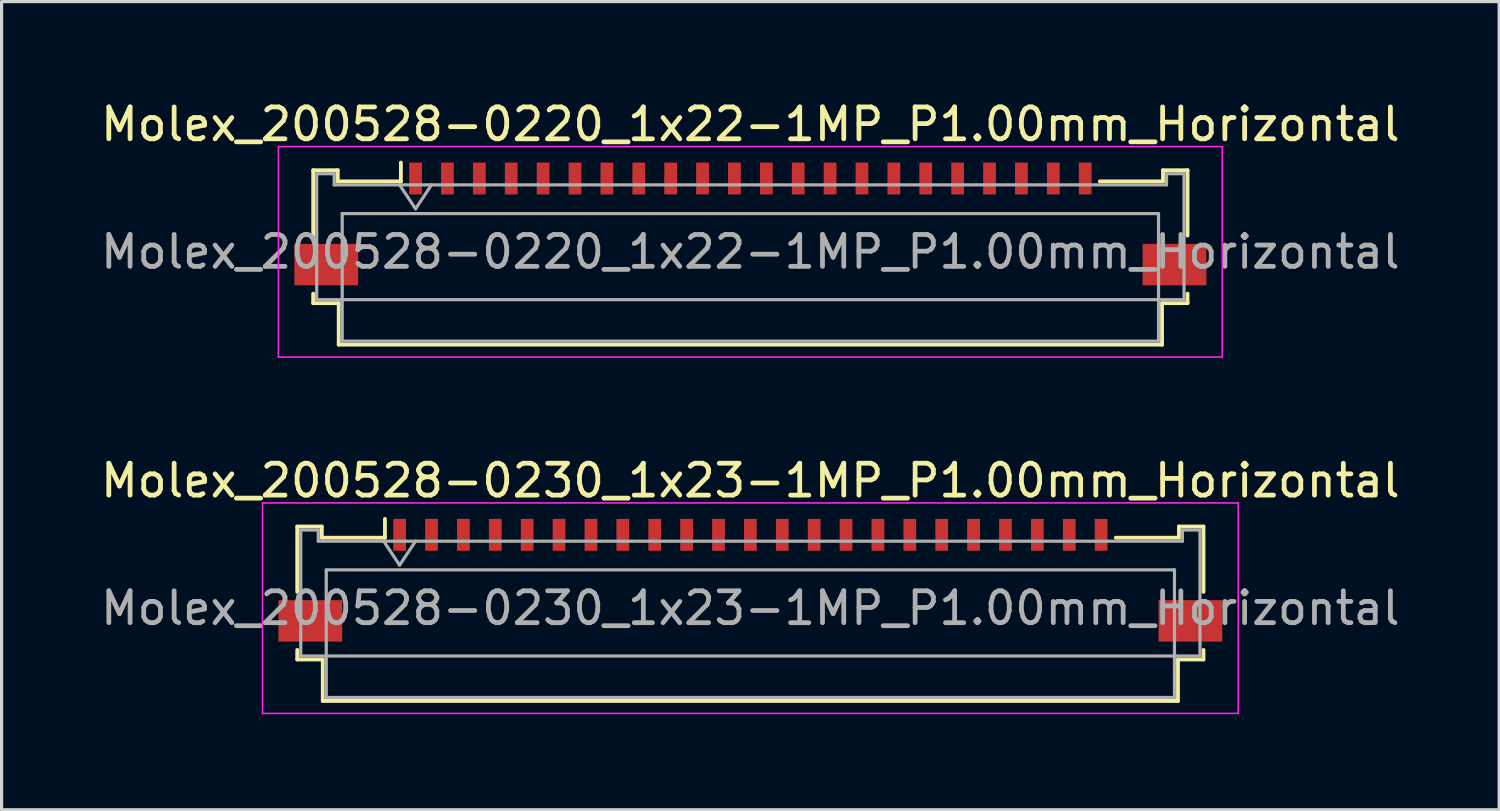
<source format=kicad_pcb>
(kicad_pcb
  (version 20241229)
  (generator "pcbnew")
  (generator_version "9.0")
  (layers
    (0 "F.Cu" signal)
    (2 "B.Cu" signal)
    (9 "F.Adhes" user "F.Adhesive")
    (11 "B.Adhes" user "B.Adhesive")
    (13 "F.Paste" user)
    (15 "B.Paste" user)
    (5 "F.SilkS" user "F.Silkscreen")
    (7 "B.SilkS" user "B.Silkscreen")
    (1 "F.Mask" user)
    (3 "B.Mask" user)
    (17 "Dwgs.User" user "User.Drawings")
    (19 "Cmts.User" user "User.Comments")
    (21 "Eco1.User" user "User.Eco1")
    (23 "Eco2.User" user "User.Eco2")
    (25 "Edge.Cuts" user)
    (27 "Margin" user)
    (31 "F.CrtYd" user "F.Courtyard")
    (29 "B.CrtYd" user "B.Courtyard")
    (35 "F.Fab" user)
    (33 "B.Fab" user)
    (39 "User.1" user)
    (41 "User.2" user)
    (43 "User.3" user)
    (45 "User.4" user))
  (footprint "Molex_200528-0220_1x22-1MP_P1.00mm_Horizontal"
    (layer "F.Cu")
    (at 20.482 3.458)
    (property "Reference" "Molex_200528-0220_1x22-1MP_P1.00mm_Horizontal" (at 0 -2.61 0) (layer "F.SilkS") (effects (font (size 1 1) (thickness 0.15))))
    (attr smd)
    (fp_line (start -13.71 -1.17) (end -13.71 0.88) (stroke (width 0.12) (type solid)) (layer "F.SilkS"))
    (fp_line (start -13.71 2.7) (end -13.71 3) (stroke (width 0.12) (type solid)) (layer "F.SilkS"))
    (fp_line (start -13.71 3) (end -12.91 3) (stroke (width 0.12) (type solid)) (layer "F.SilkS"))
    (fp_line (start -12.94 -1.17) (end -13.71 -1.17) (stroke (width 0.12) (type solid)) (layer "F.SilkS"))
    (fp_line (start -12.94 -0.82) (end -12.94 -1.17) (stroke (width 0.12) (type solid)) (layer "F.SilkS"))
    (fp_line (start -12.91 3) (end -12.91 4.3) (stroke (width 0.12) (type solid)) (layer "F.SilkS"))
    (fp_line (start -12.91 4.3) (end 12.91 4.3) (stroke (width 0.12) (type solid)) (layer "F.SilkS"))
    (fp_line (start -10.96 -1.41) (end -10.96 -0.82) (stroke (width 0.12) (type solid)) (layer "F.SilkS"))
    (fp_line (start -10.96 -0.82) (end -12.94 -0.82) (stroke (width 0.12) (type solid)) (layer "F.SilkS"))
    (fp_line (start 12.91 3) (end 13.71 3) (stroke (width 0.12) (type solid)) (layer "F.SilkS"))
    (fp_line (start 12.91 4.3) (end 12.91 3) (stroke (width 0.12) (type solid)) (layer "F.SilkS"))
    (fp_line (start 12.94 -1.17) (end 12.94 -0.82) (stroke (width 0.12) (type solid)) (layer "F.SilkS"))
    (fp_line (start 12.94 -0.82) (end 10.96 -0.82) (stroke (width 0.12) (type solid)) (layer "F.SilkS"))
    (fp_line (start 13.71 -1.17) (end 12.94 -1.17) (stroke (width 0.12) (type solid)) (layer "F.SilkS"))
    (fp_line (start 13.71 0.88) (end 13.71 -1.17) (stroke (width 0.12) (type solid)) (layer "F.SilkS"))
    (fp_line (start 13.71 3) (end 13.71 2.7) (stroke (width 0.12) (type solid)) (layer "F.SilkS"))
    (fp_line (start -14.8 -1.91) (end -14.8 4.69) (stroke (width 0.05) (type solid)) (layer "F.CrtYd"))
    (fp_line (start -14.8 4.69) (end 14.8 4.69) (stroke (width 0.05) (type solid)) (layer "F.CrtYd"))
    (fp_line (start 14.8 -1.91) (end -14.8 -1.91) (stroke (width 0.05) (type solid)) (layer "F.CrtYd"))
    (fp_line (start 14.8 4.69) (end 14.8 -1.91) (stroke (width 0.05) (type solid)) (layer "F.CrtYd"))
    (fp_line (start -13.6 -1.06) (end -13.6 2.89) (stroke (width 0.1) (type solid)) (layer "F.Fab"))
    (fp_line (start -13.6 2.89) (end 13.6 2.89) (stroke (width 0.1) (type solid)) (layer "F.Fab"))
    (fp_line (start -13.05 -1.06) (end -13.6 -1.06) (stroke (width 0.1) (type solid)) (layer "F.Fab"))
    (fp_line (start -13.05 -0.71) (end -13.05 -1.06) (stroke (width 0.1) (type solid)) (layer "F.Fab"))
    (fp_line (start -12.8 0.19) (end -12.8 4.19) (stroke (width 0.1) (type solid)) (layer "F.Fab"))
    (fp_line (start -12.8 4.19) (end 12.8 4.19) (stroke (width 0.1) (type solid)) (layer "F.Fab"))
    (fp_line (start -11 -0.71) (end -10.5 0.04) (stroke (width 0.1) (type solid)) (layer "F.Fab"))
    (fp_line (start -10.5 0.04) (end -10 -0.71) (stroke (width 0.1) (type solid)) (layer "F.Fab"))
    (fp_line (start 12.8 0.19) (end -12.8 0.19) (stroke (width 0.1) (type solid)) (layer "F.Fab"))
    (fp_line (start 12.8 4.19) (end 12.8 0.19) (stroke (width 0.1) (type solid)) (layer "F.Fab"))
    (fp_line (start 13.05 -1.06) (end 13.05 -0.71) (stroke (width 0.1) (type solid)) (layer "F.Fab"))
    (fp_line (start 13.05 -0.71) (end -13.05 -0.71) (stroke (width 0.1) (type solid)) (layer "F.Fab"))
    (fp_line (start 13.6 -1.06) (end 13.05 -1.06) (stroke (width 0.1) (type solid)) (layer "F.Fab"))
    (fp_line (start 13.6 2.89) (end 13.6 -1.06) (stroke (width 0.1) (type solid)) (layer "F.Fab"))
    (fp_text user "${REFERENCE}" (at 0 1.39 0) (layer "F.Fab") (effects (font (size 1 1) (thickness 0.15))))
    (pad "1" smd rect (at -10.5 -0.91) (size 0.4 1) (layers "F.Cu" "F.Mask" "F.Paste"))
    (pad "2" smd rect (at -9.5 -0.91) (size 0.4 1) (layers "F.Cu" "F.Mask" "F.Paste"))
    (pad "3" smd rect (at -8.5 -0.91) (size 0.4 1) (layers "F.Cu" "F.Mask" "F.Paste"))
    (pad "4" smd rect (at -7.5 -0.91) (size 0.4 1) (layers "F.Cu" "F.Mask" "F.Paste"))
    (pad "5" smd rect (at -6.5 -0.91) (size 0.4 1) (layers "F.Cu" "F.Mask" "F.Paste"))
    (pad "6" smd rect (at -5.5 -0.91) (size 0.4 1) (layers "F.Cu" "F.Mask" "F.Paste"))
    (pad "7" smd rect (at -4.5 -0.91) (size 0.4 1) (layers "F.Cu" "F.Mask" "F.Paste"))
    (pad "8" smd rect (at -3.5 -0.91) (size 0.4 1) (layers "F.Cu" "F.Mask" "F.Paste"))
    (pad "9" smd rect (at -2.5 -0.91) (size 0.4 1) (layers "F.Cu" "F.Mask" "F.Paste"))
    (pad "10" smd rect (at -1.5 -0.91) (size 0.4 1) (layers "F.Cu" "F.Mask" "F.Paste"))
    (pad "11" smd rect (at -0.5 -0.91) (size 0.4 1) (layers "F.Cu" "F.Mask" "F.Paste"))
    (pad "12" smd rect (at 0.5 -0.91) (size 0.4 1) (layers "F.Cu" "F.Mask" "F.Paste"))
    (pad "13" smd rect (at 1.5 -0.91) (size 0.4 1) (layers "F.Cu" "F.Mask" "F.Paste"))
    (pad "14" smd rect (at 2.5 -0.91) (size 0.4 1) (layers "F.Cu" "F.Mask" "F.Paste"))
    (pad "15" smd rect (at 3.5 -0.91) (size 0.4 1) (layers "F.Cu" "F.Mask" "F.Paste"))
    (pad "16" smd rect (at 4.5 -0.91) (size 0.4 1) (layers "F.Cu" "F.Mask" "F.Paste"))
    (pad "17" smd rect (at 5.5 -0.91) (size 0.4 1) (layers "F.Cu" "F.Mask" "F.Paste"))
    (pad "18" smd rect (at 6.5 -0.91) (size 0.4 1) (layers "F.Cu" "F.Mask" "F.Paste"))
    (pad "19" smd rect (at 7.5 -0.91) (size 0.4 1) (layers "F.Cu" "F.Mask" "F.Paste"))
    (pad "20" smd rect (at 8.5 -0.91) (size 0.4 1) (layers "F.Cu" "F.Mask" "F.Paste"))
    (pad "21" smd rect (at 9.5 -0.91) (size 0.4 1) (layers "F.Cu" "F.Mask" "F.Paste"))
    (pad "22" smd rect (at 10.5 -0.91) (size 0.4 1) (layers "F.Cu" "F.Mask" "F.Paste"))
    (pad "MP" smd rect (at -13.3 1.79) (size 2 1.3) (layers "F.Cu" "F.Mask" "F.Paste"))
    (pad "MP" smd rect (at 13.3 1.79) (size 2 1.3) (layers "F.Cu" "F.Mask" "F.Paste")))
  (footprint "Molex_200528-0230_1x23-1MP_P1.00mm_Horizontal"
    (layer "F.Cu")
    (at 20.482 14.632)
    (property "Reference" "Molex_200528-0230_1x23-1MP_P1.00mm_Horizontal" (at 0 -2.61 0) (layer "F.SilkS") (effects (font (size 1 1) (thickness 0.15))))
    (attr smd)
    (fp_line (start -14.21 -1.17) (end -14.21 0.88) (stroke (width 0.12) (type solid)) (layer "F.SilkS"))
    (fp_line (start -14.21 2.7) (end -14.21 3) (stroke (width 0.12) (type solid)) (layer "F.SilkS"))
    (fp_line (start -14.21 3) (end -13.41 3) (stroke (width 0.12) (type solid)) (layer "F.SilkS"))
    (fp_line (start -13.44 -1.17) (end -14.21 -1.17) (stroke (width 0.12) (type solid)) (layer "F.SilkS"))
    (fp_line (start -13.44 -0.82) (end -13.44 -1.17) (stroke (width 0.12) (type solid)) (layer "F.SilkS"))
    (fp_line (start -13.41 3) (end -13.41 4.3) (stroke (width 0.12) (type solid)) (layer "F.SilkS"))
    (fp_line (start -13.41 4.3) (end 13.41 4.3) (stroke (width 0.12) (type solid)) (layer "F.SilkS"))
    (fp_line (start -11.46 -1.41) (end -11.46 -0.82) (stroke (width 0.12) (type solid)) (layer "F.SilkS"))
    (fp_line (start -11.46 -0.82) (end -13.44 -0.82) (stroke (width 0.12) (type solid)) (layer "F.SilkS"))
    (fp_line (start 13.41 3) (end 14.21 3) (stroke (width 0.12) (type solid)) (layer "F.SilkS"))
    (fp_line (start 13.41 4.3) (end 13.41 3) (stroke (width 0.12) (type solid)) (layer "F.SilkS"))
    (fp_line (start 13.44 -1.17) (end 13.44 -0.82) (stroke (width 0.12) (type solid)) (layer "F.SilkS"))
    (fp_line (start 13.44 -0.82) (end 11.46 -0.82) (stroke (width 0.12) (type solid)) (layer "F.SilkS"))
    (fp_line (start 14.21 -1.17) (end 13.44 -1.17) (stroke (width 0.12) (type solid)) (layer "F.SilkS"))
    (fp_line (start 14.21 0.88) (end 14.21 -1.17) (stroke (width 0.12) (type solid)) (layer "F.SilkS"))
    (fp_line (start 14.21 3) (end 14.21 2.7) (stroke (width 0.12) (type solid)) (layer "F.SilkS"))
    (fp_line (start -15.3 -1.91) (end -15.3 4.69) (stroke (width 0.05) (type solid)) (layer "F.CrtYd"))
    (fp_line (start -15.3 4.69) (end 15.3 4.69) (stroke (width 0.05) (type solid)) (layer "F.CrtYd"))
    (fp_line (start 15.3 -1.91) (end -15.3 -1.91) (stroke (width 0.05) (type solid)) (layer "F.CrtYd"))
    (fp_line (start 15.3 4.69) (end 15.3 -1.91) (stroke (width 0.05) (type solid)) (layer "F.CrtYd"))
    (fp_line (start -14.1 -1.06) (end -14.1 2.89) (stroke (width 0.1) (type solid)) (layer "F.Fab"))
    (fp_line (start -14.1 2.89) (end 14.1 2.89) (stroke (width 0.1) (type solid)) (layer "F.Fab"))
    (fp_line (start -13.55 -1.06) (end -14.1 -1.06) (stroke (width 0.1) (type solid)) (layer "F.Fab"))
    (fp_line (start -13.55 -0.71) (end -13.55 -1.06) (stroke (width 0.1) (type solid)) (layer "F.Fab"))
    (fp_line (start -13.3 0.19) (end -13.3 4.19) (stroke (width 0.1) (type solid)) (layer "F.Fab"))
    (fp_line (start -13.3 4.19) (end 13.3 4.19) (stroke (width 0.1) (type solid)) (layer "F.Fab"))
    (fp_line (start -11.5 -0.71) (end -11 0.04) (stroke (width 0.1) (type solid)) (layer "F.Fab"))
    (fp_line (start -11 0.04) (end -10.5 -0.71) (stroke (width 0.1) (type solid)) (layer "F.Fab"))
    (fp_line (start 13.3 0.19) (end -13.3 0.19) (stroke (width 0.1) (type solid)) (layer "F.Fab"))
    (fp_line (start 13.3 4.19) (end 13.3 0.19) (stroke (width 0.1) (type solid)) (layer "F.Fab"))
    (fp_line (start 13.55 -1.06) (end 13.55 -0.71) (stroke (width 0.1) (type solid)) (layer "F.Fab"))
    (fp_line (start 13.55 -0.71) (end -13.55 -0.71) (stroke (width 0.1) (type solid)) (layer "F.Fab"))
    (fp_line (start 14.1 -1.06) (end 13.55 -1.06) (stroke (width 0.1) (type solid)) (layer "F.Fab"))
    (fp_line (start 14.1 2.89) (end 14.1 -1.06) (stroke (width 0.1) (type solid)) (layer "F.Fab"))
    (fp_text user "${REFERENCE}" (at 0 1.39 0) (layer "F.Fab") (effects (font (size 1 1) (thickness 0.15))))
    (pad "1" smd rect (at -11 -0.91) (size 0.4 1) (layers "F.Cu" "F.Mask" "F.Paste"))
    (pad "2" smd rect (at -10 -0.91) (size 0.4 1) (layers "F.Cu" "F.Mask" "F.Paste"))
    (pad "3" smd rect (at -9 -0.91) (size 0.4 1) (layers "F.Cu" "F.Mask" "F.Paste"))
    (pad "4" smd rect (at -8 -0.91) (size 0.4 1) (layers "F.Cu" "F.Mask" "F.Paste"))
    (pad "5" smd rect (at -7 -0.91) (size 0.4 1) (layers "F.Cu" "F.Mask" "F.Paste"))
    (pad "6" smd rect (at -6 -0.91) (size 0.4 1) (layers "F.Cu" "F.Mask" "F.Paste"))
    (pad "7" smd rect (at -5 -0.91) (size 0.4 1) (layers "F.Cu" "F.Mask" "F.Paste"))
    (pad "8" smd rect (at -4 -0.91) (size 0.4 1) (layers "F.Cu" "F.Mask" "F.Paste"))
    (pad "9" smd rect (at -3 -0.91) (size 0.4 1) (layers "F.Cu" "F.Mask" "F.Paste"))
    (pad "10" smd rect (at -2 -0.91) (size 0.4 1) (layers "F.Cu" "F.Mask" "F.Paste"))
    (pad "11" smd rect (at -1 -0.91) (size 0.4 1) (layers "F.Cu" "F.Mask" "F.Paste"))
    (pad "12" smd rect (at 0 -0.91) (size 0.4 1) (layers "F.Cu" "F.Mask" "F.Paste"))
    (pad "13" smd rect (at 1 -0.91) (size 0.4 1) (layers "F.Cu" "F.Mask" "F.Paste"))
    (pad "14" smd rect (at 2 -0.91) (size 0.4 1) (layers "F.Cu" "F.Mask" "F.Paste"))
    (pad "15" smd rect (at 3 -0.91) (size 0.4 1) (layers "F.Cu" "F.Mask" "F.Paste"))
    (pad "16" smd rect (at 4 -0.91) (size 0.4 1) (layers "F.Cu" "F.Mask" "F.Paste"))
    (pad "17" smd rect (at 5 -0.91) (size 0.4 1) (layers "F.Cu" "F.Mask" "F.Paste"))
    (pad "18" smd rect (at 6 -0.91) (size 0.4 1) (layers "F.Cu" "F.Mask" "F.Paste"))
    (pad "19" smd rect (at 7 -0.91) (size 0.4 1) (layers "F.Cu" "F.Mask" "F.Paste"))
    (pad "20" smd rect (at 8 -0.91) (size 0.4 1) (layers "F.Cu" "F.Mask" "F.Paste"))
    (pad "21" smd rect (at 9 -0.91) (size 0.4 1) (layers "F.Cu" "F.Mask" "F.Paste"))
    (pad "22" smd rect (at 10 -0.91) (size 0.4 1) (layers "F.Cu" "F.Mask" "F.Paste"))
    (pad "23" smd rect (at 11 -0.91) (size 0.4 1) (layers "F.Cu" "F.Mask" "F.Paste"))
    (pad "MP" smd rect (at -13.8 1.79) (size 2 1.3) (layers "F.Cu" "F.Mask" "F.Paste"))
    (pad "MP" smd rect (at 13.8 1.79) (size 2 1.3) (layers "F.Cu" "F.Mask" "F.Paste")))
  (gr_rect
    (start -3 -3)
    (end 43.964 22.346)
    (stroke (width 0.1) (type default))
    (fill no)
    (layer "Edge.Cuts")))
</source>
